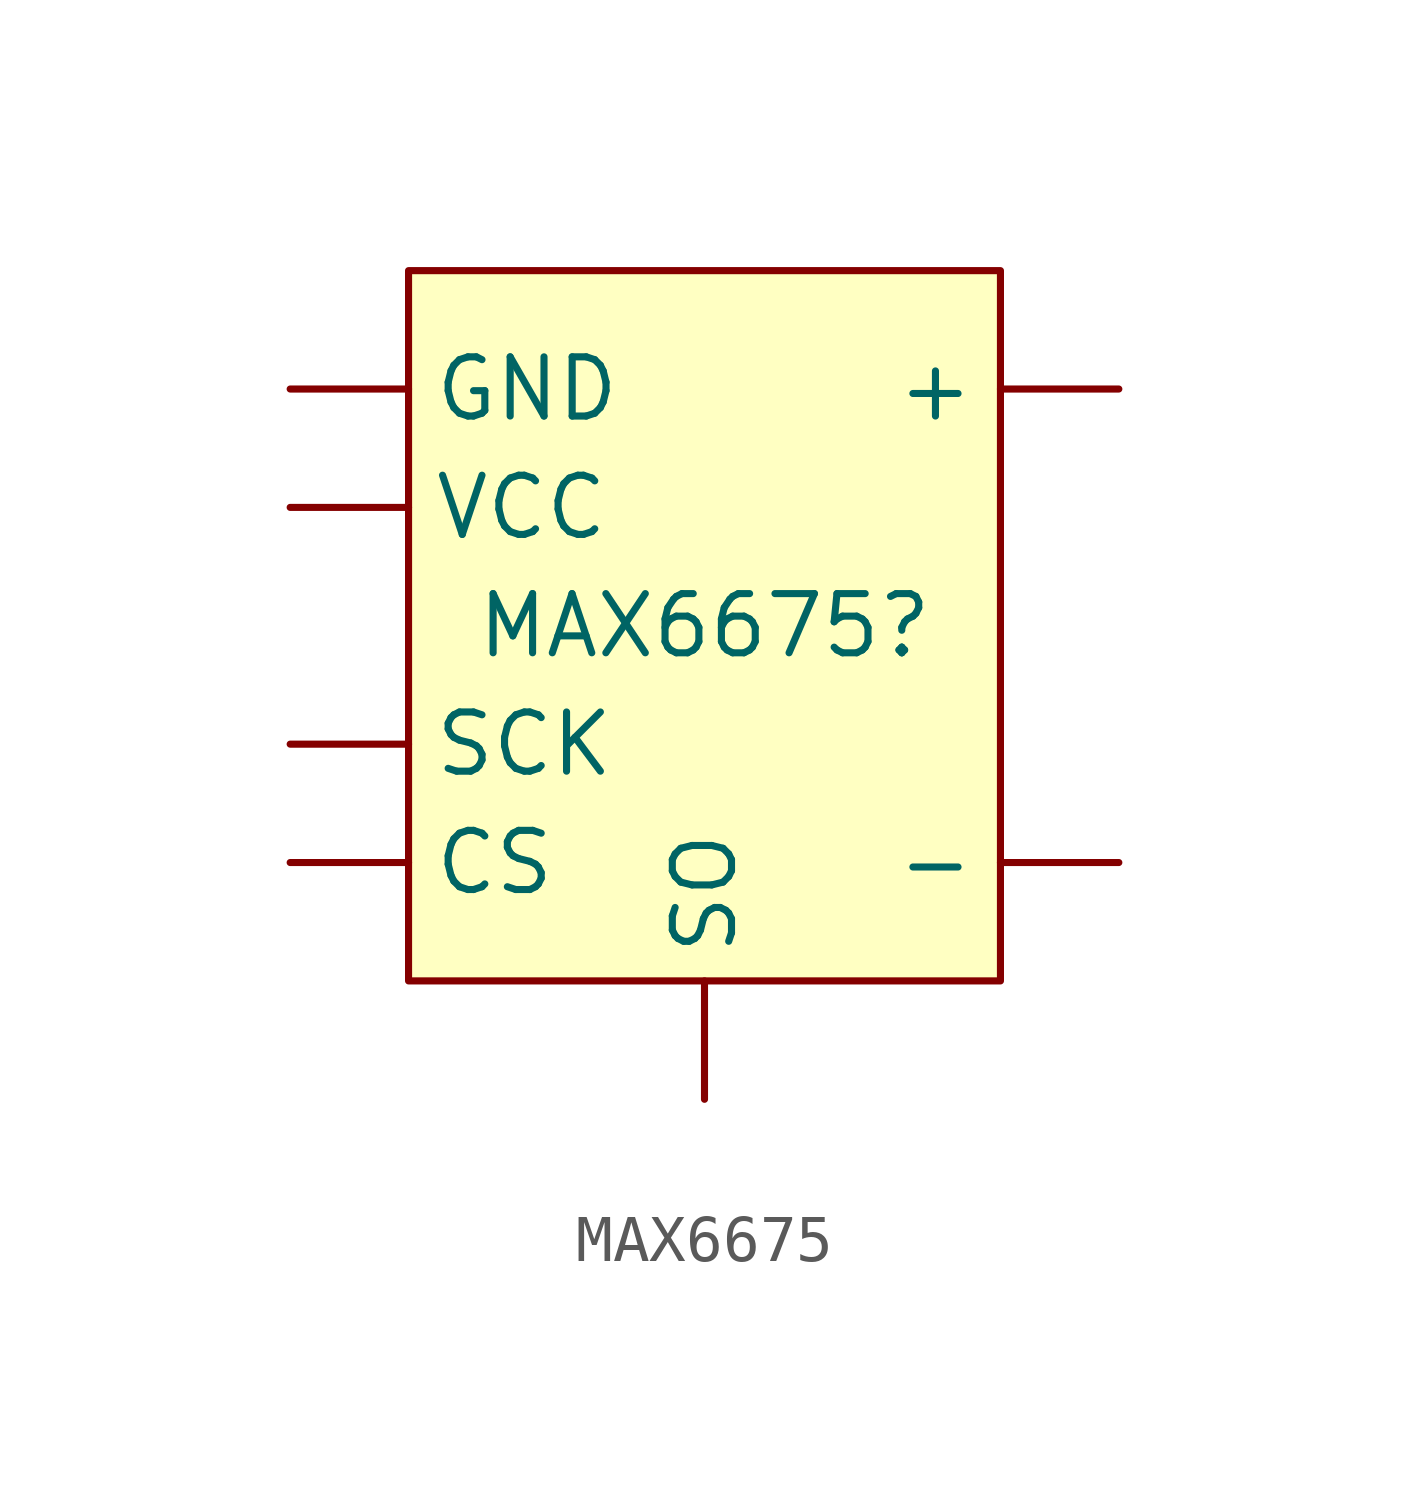
<source format=kicad_sym>
(kicad_symbol_lib
  (version 20231120)
  (generator "kicad_symbol_editor")
  (generator_version "8.0")
  (symbol "MAX6675"
    (property "Reference" "MAX6675"
      (at 0 0 0)
      (effects (font (size 1.27 1.27))))
    (property "Value" ""
      (at 0 0 0)
      (effects (font (size 1.27 1.27))))
    (symbol "MAX6675_0_1"
      (rectangle (start -6.35 7.62) (end 6.35 -7.62) (stroke (width 0) (type default)) (fill (type background))))
    (symbol "MAX6675_1_1"
      (pin input line (at 8.89 5.08 180) (length 2.54) (name "+" (effects (font (size 1.27 1.27)))) (number "" (effects (font (size 1.27 1.27)))))
      (pin input line (at 8.89 -5.08 180) (length 2.54) (name "-" (effects (font (size 1.27 1.27)))) (number "" (effects (font (size 1.27 1.27)))))
      (pin input line (at -8.89 -5.08 0) (length 2.54) (name "CS" (effects (font (size 1.27 1.27)))) (number "" (effects (font (size 1.27 1.27)))))
      (pin input line (at -8.89 5.08 0) (length 2.54) (name "GND" (effects (font (size 1.27 1.27)))) (number "" (effects (font (size 1.27 1.27)))))
      (pin input line (at -8.89 -2.54 0) (length 2.54) (name "SCK" (effects (font (size 1.27 1.27)))) (number "" (effects (font (size 1.27 1.27)))))
      (pin input line (at 0 -10.16 90) (length 2.54) (name "SO" (effects (font (size 1.27 1.27)))) (number "" (effects (font (size 1.27 1.27)))))
      (pin input line (at -8.89 2.54 0) (length 2.54) (name "VCC" (effects (font (size 1.27 1.27)))) (number "" (effects (font (size 1.27 1.27))))))))
</source>
